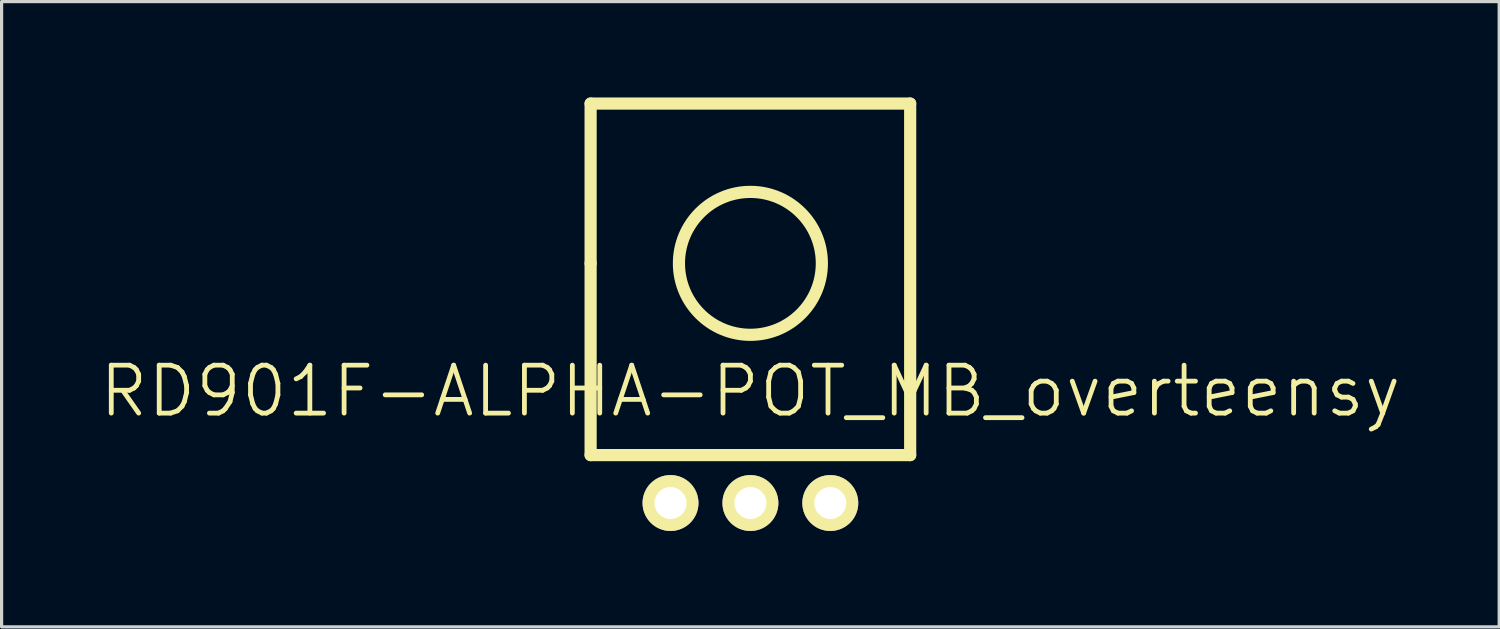
<source format=kicad_pcb>
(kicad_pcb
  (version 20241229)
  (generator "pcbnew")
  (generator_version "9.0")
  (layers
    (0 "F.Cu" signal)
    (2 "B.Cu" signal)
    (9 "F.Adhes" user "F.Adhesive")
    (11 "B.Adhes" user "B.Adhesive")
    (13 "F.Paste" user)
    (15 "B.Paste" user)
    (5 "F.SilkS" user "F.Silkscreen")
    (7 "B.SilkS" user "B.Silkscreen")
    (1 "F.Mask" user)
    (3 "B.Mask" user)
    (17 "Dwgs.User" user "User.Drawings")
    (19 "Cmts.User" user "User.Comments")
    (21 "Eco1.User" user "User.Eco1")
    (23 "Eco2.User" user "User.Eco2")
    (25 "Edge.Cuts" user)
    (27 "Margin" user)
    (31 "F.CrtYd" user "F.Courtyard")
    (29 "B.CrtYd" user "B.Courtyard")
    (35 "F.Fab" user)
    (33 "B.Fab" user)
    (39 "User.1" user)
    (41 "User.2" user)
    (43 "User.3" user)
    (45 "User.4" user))
  (footprint "RD901F-ALPHA-POT_MB_overteensy"
    (layer "F.Cu")
    (at 20.432 5.191)
    (property "Reference" "RD901F-ALPHA-POT_MB_overteensy" (at 0 4 0) (layer "F.SilkS") (effects (font (size 1.5 1.5) (thickness 0.15))))
    (attr through_hole)
    (fp_line (start -5 -5) (end 5 -5) (stroke (width 0.381) (type solid)) (layer "F.SilkS"))
    (fp_line (start -5 0) (end -5 -5) (stroke (width 0.381) (type solid)) (layer "F.SilkS"))
    (fp_line (start -5 6) (end -5 0) (stroke (width 0.381) (type solid)) (layer "F.SilkS"))
    (fp_line (start 5 -5) (end 5 6) (stroke (width 0.381) (type solid)) (layer "F.SilkS"))
    (fp_line (start 5 6) (end -5 6) (stroke (width 0.381) (type solid)) (layer "F.SilkS"))
    (fp_circle (center 0 0) (end 1 2) (stroke (width 0.381) (type solid)) (fill no) (layer "F.SilkS"))
    (pad "1" thru_hole circle (at 2.5 7.5) (size 1.75 1.75) (drill 1) (layers "*.Cu" "*.Mask" "F.SilkS"))
    (pad "2" thru_hole circle (at 0 7.5) (size 1.75 1.75) (drill 1) (layers "*.Cu" "*.Mask" "F.SilkS"))
    (pad "3" thru_hole circle (at -2.5 7.5) (size 1.75 1.75) (drill 1) (layers "*.Cu" "*.Mask" "F.SilkS")))
  (gr_rect
    (start -3 -3)
    (end 43.864 16.566)
    (stroke (width 0.1) (type default))
    (fill no)
    (layer "Edge.Cuts")))
</source>
